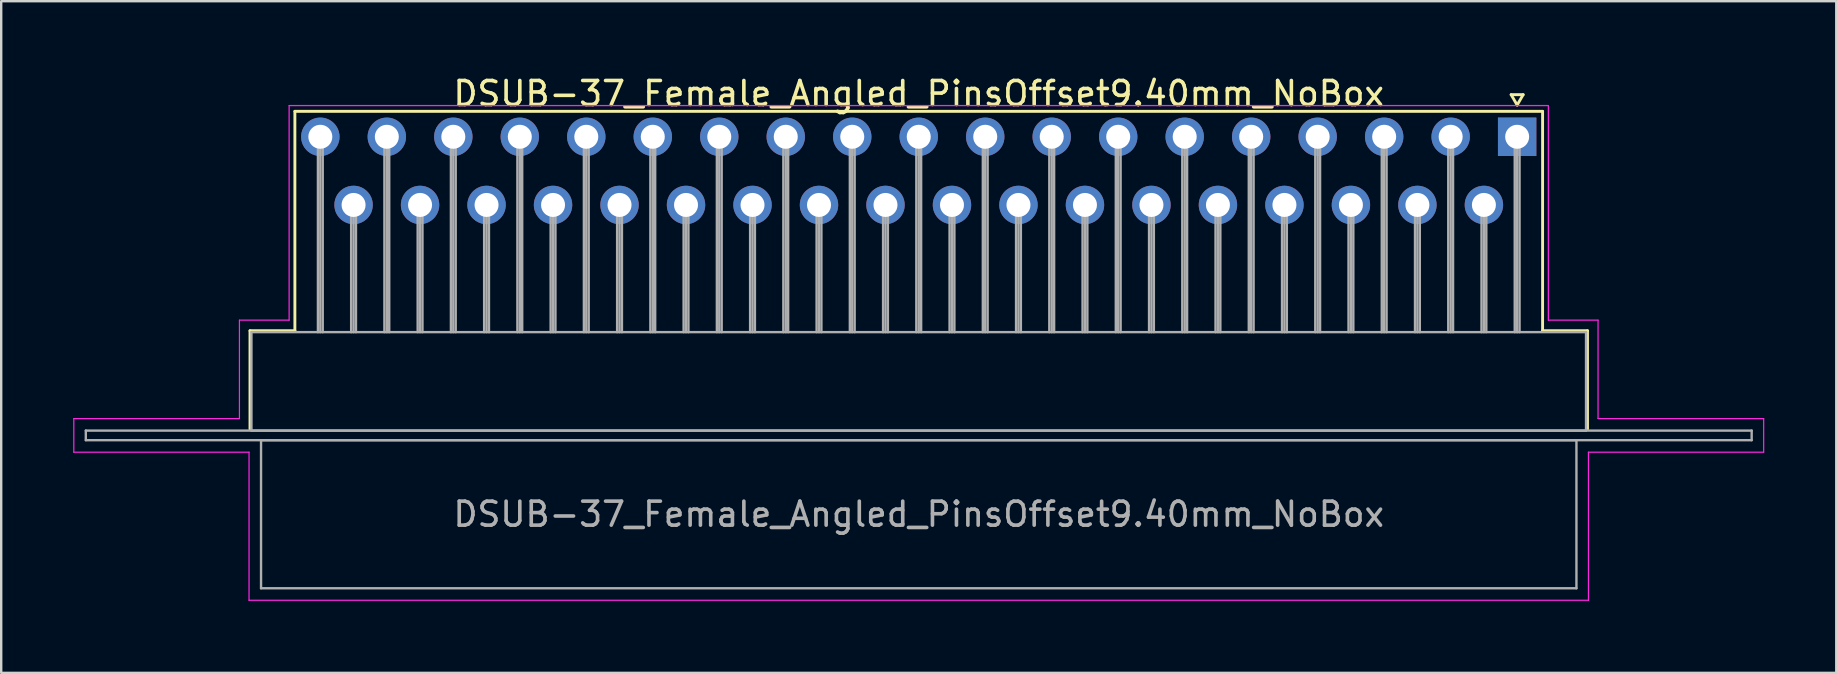
<source format=kicad_pcb>
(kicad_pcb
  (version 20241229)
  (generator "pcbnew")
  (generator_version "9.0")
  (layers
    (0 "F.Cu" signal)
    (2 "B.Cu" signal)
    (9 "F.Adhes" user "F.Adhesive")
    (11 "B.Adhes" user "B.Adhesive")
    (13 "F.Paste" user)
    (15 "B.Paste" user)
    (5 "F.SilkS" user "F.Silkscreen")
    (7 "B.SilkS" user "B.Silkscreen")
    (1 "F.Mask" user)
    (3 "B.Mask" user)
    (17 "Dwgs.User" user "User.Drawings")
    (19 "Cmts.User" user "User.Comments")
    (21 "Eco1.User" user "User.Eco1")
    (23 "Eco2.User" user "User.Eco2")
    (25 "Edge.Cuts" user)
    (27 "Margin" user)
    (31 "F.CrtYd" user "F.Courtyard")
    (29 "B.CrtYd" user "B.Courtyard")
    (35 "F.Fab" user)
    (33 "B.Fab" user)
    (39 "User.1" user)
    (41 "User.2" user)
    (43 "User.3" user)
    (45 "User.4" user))
  (footprint "DSUB-37_Female_Angled_PinsOffset9.40mm_NoBox"
    (layer "F.Cu")
    (at 60.155 2.648)
    (property "Reference" "DSUB-37_Female_Angled_PinsOffset9.40mm_NoBox" (at -24.93 -1.8 0) (layer "F.SilkS") (effects (font (size 1 1) (thickness 0.15))))
    (attr through_hole)
    (fp_line (start -52.79 8.08) (end -50.92 8.08) (stroke (width 0.12) (type solid)) (layer "F.SilkS"))
    (fp_line (start -52.79 12.18) (end -52.79 8.08) (stroke (width 0.12) (type solid)) (layer "F.SilkS"))
    (fp_line (start -50.92 -1.06) (end 1.06 -1.06) (stroke (width 0.12) (type solid)) (layer "F.SilkS"))
    (fp_line (start -50.92 8.08) (end -50.92 -1.06) (stroke (width 0.12) (type solid)) (layer "F.SilkS"))
    (fp_line (start -0.25 -1.754) (end 0.25 -1.754) (stroke (width 0.12) (type solid)) (layer "F.SilkS"))
    (fp_line (start 0 -1.321) (end -0.25 -1.754) (stroke (width 0.12) (type solid)) (layer "F.SilkS"))
    (fp_line (start 0.25 -1.754) (end 0 -1.321) (stroke (width 0.12) (type solid)) (layer "F.SilkS"))
    (fp_line (start 1.06 -1.06) (end 1.06 8.08) (stroke (width 0.12) (type solid)) (layer "F.SilkS"))
    (fp_line (start 1.06 8.08) (end 2.93 8.08) (stroke (width 0.12) (type solid)) (layer "F.SilkS"))
    (fp_line (start 2.93 8.08) (end 2.93 12.18) (stroke (width 0.12) (type solid)) (layer "F.SilkS"))
    (fp_line (start -60.13 11.74) (end -53.23 11.74) (stroke (width 0.05) (type solid)) (layer "F.CrtYd"))
    (fp_line (start -60.13 13.14) (end -60.13 11.74) (stroke (width 0.05) (type solid)) (layer "F.CrtYd"))
    (fp_line (start -53.23 7.64) (end -51.16 7.64) (stroke (width 0.05) (type solid)) (layer "F.CrtYd"))
    (fp_line (start -53.23 11.74) (end -53.23 7.64) (stroke (width 0.05) (type solid)) (layer "F.CrtYd"))
    (fp_line (start -52.83 13.14) (end -60.13 13.14) (stroke (width 0.05) (type solid)) (layer "F.CrtYd"))
    (fp_line (start -52.83 19.31) (end -52.83 13.14) (stroke (width 0.05) (type solid)) (layer "F.CrtYd"))
    (fp_line (start -51.16 -1.3) (end 1.3 -1.3) (stroke (width 0.05) (type solid)) (layer "F.CrtYd"))
    (fp_line (start -51.16 7.64) (end -51.16 -1.3) (stroke (width 0.05) (type solid)) (layer "F.CrtYd"))
    (fp_line (start 1.3 -1.3) (end 1.3 7.64) (stroke (width 0.05) (type solid)) (layer "F.CrtYd"))
    (fp_line (start 1.3 7.64) (end 3.37 7.64) (stroke (width 0.05) (type solid)) (layer "F.CrtYd"))
    (fp_line (start 2.97 13.14) (end 2.97 19.31) (stroke (width 0.05) (type solid)) (layer "F.CrtYd"))
    (fp_line (start 2.97 19.31) (end -52.83 19.31) (stroke (width 0.05) (type solid)) (layer "F.CrtYd"))
    (fp_line (start 3.37 7.64) (end 3.37 11.74) (stroke (width 0.05) (type solid)) (layer "F.CrtYd"))
    (fp_line (start 3.37 11.74) (end 10.27 11.74) (stroke (width 0.05) (type solid)) (layer "F.CrtYd"))
    (fp_line (start 10.27 11.74) (end 10.27 13.14) (stroke (width 0.05) (type solid)) (layer "F.CrtYd"))
    (fp_line (start 10.27 13.14) (end 2.97 13.14) (stroke (width 0.05) (type solid)) (layer "F.CrtYd"))
    (fp_line (start -59.63 12.24) (end -59.63 12.64) (stroke (width 0.1) (type solid)) (layer "F.Fab"))
    (fp_line (start -59.63 12.64) (end 9.77 12.64) (stroke (width 0.1) (type solid)) (layer "F.Fab"))
    (fp_line (start -52.73 8.14) (end -52.73 12.24) (stroke (width 0.1) (type solid)) (layer "F.Fab"))
    (fp_line (start -52.73 12.24) (end 2.87 12.24) (stroke (width 0.1) (type solid)) (layer "F.Fab"))
    (fp_line (start -52.33 12.64) (end -52.33 18.81) (stroke (width 0.1) (type solid)) (layer "F.Fab"))
    (fp_line (start -52.33 18.81) (end 2.47 18.81) (stroke (width 0.1) (type solid)) (layer "F.Fab"))
    (fp_line (start -49.96 0) (end -49.96 8.14) (stroke (width 0.1) (type solid)) (layer "F.Fab"))
    (fp_line (start -49.86 0) (end -49.86 8.14) (stroke (width 0.1) (type solid)) (layer "F.Fab"))
    (fp_line (start -49.76 0) (end -49.76 8.14) (stroke (width 0.1) (type solid)) (layer "F.Fab"))
    (fp_line (start -48.575 2.84) (end -48.575 8.14) (stroke (width 0.1) (type solid)) (layer "F.Fab"))
    (fp_line (start -48.475 2.84) (end -48.475 8.14) (stroke (width 0.1) (type solid)) (layer "F.Fab"))
    (fp_line (start -48.375 2.84) (end -48.375 8.14) (stroke (width 0.1) (type solid)) (layer "F.Fab"))
    (fp_line (start -47.19 0) (end -47.19 8.14) (stroke (width 0.1) (type solid)) (layer "F.Fab"))
    (fp_line (start -47.09 0) (end -47.09 8.14) (stroke (width 0.1) (type solid)) (layer "F.Fab"))
    (fp_line (start -46.99 0) (end -46.99 8.14) (stroke (width 0.1) (type solid)) (layer "F.Fab"))
    (fp_line (start -45.805 2.84) (end -45.805 8.14) (stroke (width 0.1) (type solid)) (layer "F.Fab"))
    (fp_line (start -45.705 2.84) (end -45.705 8.14) (stroke (width 0.1) (type solid)) (layer "F.Fab"))
    (fp_line (start -45.605 2.84) (end -45.605 8.14) (stroke (width 0.1) (type solid)) (layer "F.Fab"))
    (fp_line (start -44.42 0) (end -44.42 8.14) (stroke (width 0.1) (type solid)) (layer "F.Fab"))
    (fp_line (start -44.32 0) (end -44.32 8.14) (stroke (width 0.1) (type solid)) (layer "F.Fab"))
    (fp_line (start -44.22 0) (end -44.22 8.14) (stroke (width 0.1) (type solid)) (layer "F.Fab"))
    (fp_line (start -43.035 2.84) (end -43.035 8.14) (stroke (width 0.1) (type solid)) (layer "F.Fab"))
    (fp_line (start -42.935 2.84) (end -42.935 8.14) (stroke (width 0.1) (type solid)) (layer "F.Fab"))
    (fp_line (start -42.835 2.84) (end -42.835 8.14) (stroke (width 0.1) (type solid)) (layer "F.Fab"))
    (fp_line (start -41.65 0) (end -41.65 8.14) (stroke (width 0.1) (type solid)) (layer "F.Fab"))
    (fp_line (start -41.55 0) (end -41.55 8.14) (stroke (width 0.1) (type solid)) (layer "F.Fab"))
    (fp_line (start -41.45 0) (end -41.45 8.14) (stroke (width 0.1) (type solid)) (layer "F.Fab"))
    (fp_line (start -40.265 2.84) (end -40.265 8.14) (stroke (width 0.1) (type solid)) (layer "F.Fab"))
    (fp_line (start -40.165 2.84) (end -40.165 8.14) (stroke (width 0.1) (type solid)) (layer "F.Fab"))
    (fp_line (start -40.065 2.84) (end -40.065 8.14) (stroke (width 0.1) (type solid)) (layer "F.Fab"))
    (fp_line (start -38.88 0) (end -38.88 8.14) (stroke (width 0.1) (type solid)) (layer "F.Fab"))
    (fp_line (start -38.78 0) (end -38.78 8.14) (stroke (width 0.1) (type solid)) (layer "F.Fab"))
    (fp_line (start -38.68 0) (end -38.68 8.14) (stroke (width 0.1) (type solid)) (layer "F.Fab"))
    (fp_line (start -37.495 2.84) (end -37.495 8.14) (stroke (width 0.1) (type solid)) (layer "F.Fab"))
    (fp_line (start -37.395 2.84) (end -37.395 8.14) (stroke (width 0.1) (type solid)) (layer "F.Fab"))
    (fp_line (start -37.295 2.84) (end -37.295 8.14) (stroke (width 0.1) (type solid)) (layer "F.Fab"))
    (fp_line (start -36.11 0) (end -36.11 8.14) (stroke (width 0.1) (type solid)) (layer "F.Fab"))
    (fp_line (start -36.01 0) (end -36.01 8.14) (stroke (width 0.1) (type solid)) (layer "F.Fab"))
    (fp_line (start -35.91 0) (end -35.91 8.14) (stroke (width 0.1) (type solid)) (layer "F.Fab"))
    (fp_line (start -34.725 2.84) (end -34.725 8.14) (stroke (width 0.1) (type solid)) (layer "F.Fab"))
    (fp_line (start -34.625 2.84) (end -34.625 8.14) (stroke (width 0.1) (type solid)) (layer "F.Fab"))
    (fp_line (start -34.525 2.84) (end -34.525 8.14) (stroke (width 0.1) (type solid)) (layer "F.Fab"))
    (fp_line (start -33.34 0) (end -33.34 8.14) (stroke (width 0.1) (type solid)) (layer "F.Fab"))
    (fp_line (start -33.24 0) (end -33.24 8.14) (stroke (width 0.1) (type solid)) (layer "F.Fab"))
    (fp_line (start -33.14 0) (end -33.14 8.14) (stroke (width 0.1) (type solid)) (layer "F.Fab"))
    (fp_line (start -31.955 2.84) (end -31.955 8.14) (stroke (width 0.1) (type solid)) (layer "F.Fab"))
    (fp_line (start -31.855 2.84) (end -31.855 8.14) (stroke (width 0.1) (type solid)) (layer "F.Fab"))
    (fp_line (start -31.755 2.84) (end -31.755 8.14) (stroke (width 0.1) (type solid)) (layer "F.Fab"))
    (fp_line (start -30.57 0) (end -30.57 8.14) (stroke (width 0.1) (type solid)) (layer "F.Fab"))
    (fp_line (start -30.47 0) (end -30.47 8.14) (stroke (width 0.1) (type solid)) (layer "F.Fab"))
    (fp_line (start -30.37 0) (end -30.37 8.14) (stroke (width 0.1) (type solid)) (layer "F.Fab"))
    (fp_line (start -29.185 2.84) (end -29.185 8.14) (stroke (width 0.1) (type solid)) (layer "F.Fab"))
    (fp_line (start -29.085 2.84) (end -29.085 8.14) (stroke (width 0.1) (type solid)) (layer "F.Fab"))
    (fp_line (start -28.985 2.84) (end -28.985 8.14) (stroke (width 0.1) (type solid)) (layer "F.Fab"))
    (fp_line (start -27.8 0) (end -27.8 8.14) (stroke (width 0.1) (type solid)) (layer "F.Fab"))
    (fp_line (start -27.7 0) (end -27.7 8.14) (stroke (width 0.1) (type solid)) (layer "F.Fab"))
    (fp_line (start -27.6 0) (end -27.6 8.14) (stroke (width 0.1) (type solid)) (layer "F.Fab"))
    (fp_line (start -26.415 2.84) (end -26.415 8.14) (stroke (width 0.1) (type solid)) (layer "F.Fab"))
    (fp_line (start -26.315 2.84) (end -26.315 8.14) (stroke (width 0.1) (type solid)) (layer "F.Fab"))
    (fp_line (start -26.215 2.84) (end -26.215 8.14) (stroke (width 0.1) (type solid)) (layer "F.Fab"))
    (fp_line (start -25.03 0) (end -25.03 8.14) (stroke (width 0.1) (type solid)) (layer "F.Fab"))
    (fp_line (start -24.93 0) (end -24.93 8.14) (stroke (width 0.1) (type solid)) (layer "F.Fab"))
    (fp_line (start -24.83 0) (end -24.83 8.14) (stroke (width 0.1) (type solid)) (layer "F.Fab"))
    (fp_line (start -23.645 2.84) (end -23.645 8.14) (stroke (width 0.1) (type solid)) (layer "F.Fab"))
    (fp_line (start -23.545 2.84) (end -23.545 8.14) (stroke (width 0.1) (type solid)) (layer "F.Fab"))
    (fp_line (start -23.445 2.84) (end -23.445 8.14) (stroke (width 0.1) (type solid)) (layer "F.Fab"))
    (fp_line (start -22.26 0) (end -22.26 8.14) (stroke (width 0.1) (type solid)) (layer "F.Fab"))
    (fp_line (start -22.16 0) (end -22.16 8.14) (stroke (width 0.1) (type solid)) (layer "F.Fab"))
    (fp_line (start -22.06 0) (end -22.06 8.14) (stroke (width 0.1) (type solid)) (layer "F.Fab"))
    (fp_line (start -20.875 2.84) (end -20.875 8.14) (stroke (width 0.1) (type solid)) (layer "F.Fab"))
    (fp_line (start -20.775 2.84) (end -20.775 8.14) (stroke (width 0.1) (type solid)) (layer "F.Fab"))
    (fp_line (start -20.675 2.84) (end -20.675 8.14) (stroke (width 0.1) (type solid)) (layer "F.Fab"))
    (fp_line (start -19.49 0) (end -19.49 8.14) (stroke (width 0.1) (type solid)) (layer "F.Fab"))
    (fp_line (start -19.39 0) (end -19.39 8.14) (stroke (width 0.1) (type solid)) (layer "F.Fab"))
    (fp_line (start -19.29 0) (end -19.29 8.14) (stroke (width 0.1) (type solid)) (layer "F.Fab"))
    (fp_line (start -18.105 2.84) (end -18.105 8.14) (stroke (width 0.1) (type solid)) (layer "F.Fab"))
    (fp_line (start -18.005 2.84) (end -18.005 8.14) (stroke (width 0.1) (type solid)) (layer "F.Fab"))
    (fp_line (start -17.905 2.84) (end -17.905 8.14) (stroke (width 0.1) (type solid)) (layer "F.Fab"))
    (fp_line (start -16.72 0) (end -16.72 8.14) (stroke (width 0.1) (type solid)) (layer "F.Fab"))
    (fp_line (start -16.62 0) (end -16.62 8.14) (stroke (width 0.1) (type solid)) (layer "F.Fab"))
    (fp_line (start -16.52 0) (end -16.52 8.14) (stroke (width 0.1) (type solid)) (layer "F.Fab"))
    (fp_line (start -15.335 2.84) (end -15.335 8.14) (stroke (width 0.1) (type solid)) (layer "F.Fab"))
    (fp_line (start -15.235 2.84) (end -15.235 8.14) (stroke (width 0.1) (type solid)) (layer "F.Fab"))
    (fp_line (start -15.135 2.84) (end -15.135 8.14) (stroke (width 0.1) (type solid)) (layer "F.Fab"))
    (fp_line (start -13.95 0) (end -13.95 8.14) (stroke (width 0.1) (type solid)) (layer "F.Fab"))
    (fp_line (start -13.85 0) (end -13.85 8.14) (stroke (width 0.1) (type solid)) (layer "F.Fab"))
    (fp_line (start -13.75 0) (end -13.75 8.14) (stroke (width 0.1) (type solid)) (layer "F.Fab"))
    (fp_line (start -12.565 2.84) (end -12.565 8.14) (stroke (width 0.1) (type solid)) (layer "F.Fab"))
    (fp_line (start -12.465 2.84) (end -12.465 8.14) (stroke (width 0.1) (type solid)) (layer "F.Fab"))
    (fp_line (start -12.365 2.84) (end -12.365 8.14) (stroke (width 0.1) (type solid)) (layer "F.Fab"))
    (fp_line (start -11.18 0) (end -11.18 8.14) (stroke (width 0.1) (type solid)) (layer "F.Fab"))
    (fp_line (start -11.08 0) (end -11.08 8.14) (stroke (width 0.1) (type solid)) (layer "F.Fab"))
    (fp_line (start -10.98 0) (end -10.98 8.14) (stroke (width 0.1) (type solid)) (layer "F.Fab"))
    (fp_line (start -9.795 2.84) (end -9.795 8.14) (stroke (width 0.1) (type solid)) (layer "F.Fab"))
    (fp_line (start -9.695 2.84) (end -9.695 8.14) (stroke (width 0.1) (type solid)) (layer "F.Fab"))
    (fp_line (start -9.595 2.84) (end -9.595 8.14) (stroke (width 0.1) (type solid)) (layer "F.Fab"))
    (fp_line (start -8.41 0) (end -8.41 8.14) (stroke (width 0.1) (type solid)) (layer "F.Fab"))
    (fp_line (start -8.31 0) (end -8.31 8.14) (stroke (width 0.1) (type solid)) (layer "F.Fab"))
    (fp_line (start -8.21 0) (end -8.21 8.14) (stroke (width 0.1) (type solid)) (layer "F.Fab"))
    (fp_line (start -7.025 2.84) (end -7.025 8.14) (stroke (width 0.1) (type solid)) (layer "F.Fab"))
    (fp_line (start -6.925 2.84) (end -6.925 8.14) (stroke (width 0.1) (type solid)) (layer "F.Fab"))
    (fp_line (start -6.825 2.84) (end -6.825 8.14) (stroke (width 0.1) (type solid)) (layer "F.Fab"))
    (fp_line (start -5.64 0) (end -5.64 8.14) (stroke (width 0.1) (type solid)) (layer "F.Fab"))
    (fp_line (start -5.54 0) (end -5.54 8.14) (stroke (width 0.1) (type solid)) (layer "F.Fab"))
    (fp_line (start -5.44 0) (end -5.44 8.14) (stroke (width 0.1) (type solid)) (layer "F.Fab"))
    (fp_line (start -4.255 2.84) (end -4.255 8.14) (stroke (width 0.1) (type solid)) (layer "F.Fab"))
    (fp_line (start -4.155 2.84) (end -4.155 8.14) (stroke (width 0.1) (type solid)) (layer "F.Fab"))
    (fp_line (start -4.055 2.84) (end -4.055 8.14) (stroke (width 0.1) (type solid)) (layer "F.Fab"))
    (fp_line (start -2.87 0) (end -2.87 8.14) (stroke (width 0.1) (type solid)) (layer "F.Fab"))
    (fp_line (start -2.77 0) (end -2.77 8.14) (stroke (width 0.1) (type solid)) (layer "F.Fab"))
    (fp_line (start -2.67 0) (end -2.67 8.14) (stroke (width 0.1) (type solid)) (layer "F.Fab"))
    (fp_line (start -1.485 2.84) (end -1.485 8.14) (stroke (width 0.1) (type solid)) (layer "F.Fab"))
    (fp_line (start -1.385 2.84) (end -1.385 8.14) (stroke (width 0.1) (type solid)) (layer "F.Fab"))
    (fp_line (start -1.285 2.84) (end -1.285 8.14) (stroke (width 0.1) (type solid)) (layer "F.Fab"))
    (fp_line (start -0.1 0) (end -0.1 8.14) (stroke (width 0.1) (type solid)) (layer "F.Fab"))
    (fp_line (start 0 0) (end 0 8.14) (stroke (width 0.1) (type solid)) (layer "F.Fab"))
    (fp_line (start 0.1 0) (end 0.1 8.14) (stroke (width 0.1) (type solid)) (layer "F.Fab"))
    (fp_line (start 2.47 12.64) (end -52.33 12.64) (stroke (width 0.1) (type solid)) (layer "F.Fab"))
    (fp_line (start 2.47 18.81) (end 2.47 12.64) (stroke (width 0.1) (type solid)) (layer "F.Fab"))
    (fp_line (start 2.87 8.14) (end -52.73 8.14) (stroke (width 0.1) (type solid)) (layer "F.Fab"))
    (fp_line (start 2.87 12.24) (end 2.87 8.14) (stroke (width 0.1) (type solid)) (layer "F.Fab"))
    (fp_line (start 9.77 12.24) (end -59.63 12.24) (stroke (width 0.1) (type solid)) (layer "F.Fab"))
    (fp_line (start 9.77 12.64) (end 9.77 12.24) (stroke (width 0.1) (type solid)) (layer "F.Fab"))
    (fp_text user "${REFERENCE}" (at -24.93 15.725 0) (layer "F.Fab") (effects (font (size 1 1) (thickness 0.15))))
    (pad "1" thru_hole rect (at 0 0) (size 1.6 1.6) (drill 1) (layers "*.Cu" "*.Mask"))
    (pad "2" thru_hole circle (at -2.77 0) (size 1.6 1.6) (drill 1) (layers "*.Cu" "*.Mask"))
    (pad "3" thru_hole circle (at -5.54 0) (size 1.6 1.6) (drill 1) (layers "*.Cu" "*.Mask"))
    (pad "4" thru_hole circle (at -8.31 0) (size 1.6 1.6) (drill 1) (layers "*.Cu" "*.Mask"))
    (pad "5" thru_hole circle (at -11.08 0) (size 1.6 1.6) (drill 1) (layers "*.Cu" "*.Mask"))
    (pad "6" thru_hole circle (at -13.85 0) (size 1.6 1.6) (drill 1) (layers "*.Cu" "*.Mask"))
    (pad "7" thru_hole circle (at -16.62 0) (size 1.6 1.6) (drill 1) (layers "*.Cu" "*.Mask"))
    (pad "8" thru_hole circle (at -19.39 0) (size 1.6 1.6) (drill 1) (layers "*.Cu" "*.Mask"))
    (pad "9" thru_hole circle (at -22.16 0) (size 1.6 1.6) (drill 1) (layers "*.Cu" "*.Mask"))
    (pad "10" thru_hole circle (at -24.93 0) (size 1.6 1.6) (drill 1) (layers "*.Cu" "*.Mask"))
    (pad "11" thru_hole circle (at -27.7 0) (size 1.6 1.6) (drill 1) (layers "*.Cu" "*.Mask"))
    (pad "12" thru_hole circle (at -30.47 0) (size 1.6 1.6) (drill 1) (layers "*.Cu" "*.Mask"))
    (pad "13" thru_hole circle (at -33.24 0) (size 1.6 1.6) (drill 1) (layers "*.Cu" "*.Mask"))
    (pad "14" thru_hole circle (at -36.01 0) (size 1.6 1.6) (drill 1) (layers "*.Cu" "*.Mask"))
    (pad "15" thru_hole circle (at -38.78 0) (size 1.6 1.6) (drill 1) (layers "*.Cu" "*.Mask"))
    (pad "16" thru_hole circle (at -41.55 0) (size 1.6 1.6) (drill 1) (layers "*.Cu" "*.Mask"))
    (pad "17" thru_hole circle (at -44.32 0) (size 1.6 1.6) (drill 1) (layers "*.Cu" "*.Mask"))
    (pad "18" thru_hole circle (at -47.09 0) (size 1.6 1.6) (drill 1) (layers "*.Cu" "*.Mask"))
    (pad "19" thru_hole circle (at -49.86 0) (size 1.6 1.6) (drill 1) (layers "*.Cu" "*.Mask"))
    (pad "20" thru_hole circle (at -1.385 2.84) (size 1.6 1.6) (drill 1) (layers "*.Cu" "*.Mask"))
    (pad "21" thru_hole circle (at -4.155 2.84) (size 1.6 1.6) (drill 1) (layers "*.Cu" "*.Mask"))
    (pad "22" thru_hole circle (at -6.925 2.84) (size 1.6 1.6) (drill 1) (layers "*.Cu" "*.Mask"))
    (pad "23" thru_hole circle (at -9.695 2.84) (size 1.6 1.6) (drill 1) (layers "*.Cu" "*.Mask"))
    (pad "24" thru_hole circle (at -12.465 2.84) (size 1.6 1.6) (drill 1) (layers "*.Cu" "*.Mask"))
    (pad "25" thru_hole circle (at -15.235 2.84) (size 1.6 1.6) (drill 1) (layers "*.Cu" "*.Mask"))
    (pad "26" thru_hole circle (at -18.005 2.84) (size 1.6 1.6) (drill 1) (layers "*.Cu" "*.Mask"))
    (pad "27" thru_hole circle (at -20.775 2.84) (size 1.6 1.6) (drill 1) (layers "*.Cu" "*.Mask"))
    (pad "28" thru_hole circle (at -23.545 2.84) (size 1.6 1.6) (drill 1) (layers "*.Cu" "*.Mask"))
    (pad "29" thru_hole circle (at -26.315 2.84) (size 1.6 1.6) (drill 1) (layers "*.Cu" "*.Mask"))
    (pad "30" thru_hole circle (at -29.085 2.84) (size 1.6 1.6) (drill 1) (layers "*.Cu" "*.Mask"))
    (pad "31" thru_hole circle (at -31.855 2.84) (size 1.6 1.6) (drill 1) (layers "*.Cu" "*.Mask"))
    (pad "32" thru_hole circle (at -34.625 2.84) (size 1.6 1.6) (drill 1) (layers "*.Cu" "*.Mask"))
    (pad "33" thru_hole circle (at -37.395 2.84) (size 1.6 1.6) (drill 1) (layers "*.Cu" "*.Mask"))
    (pad "34" thru_hole circle (at -40.165 2.84) (size 1.6 1.6) (drill 1) (layers "*.Cu" "*.Mask"))
    (pad "35" thru_hole circle (at -42.935 2.84) (size 1.6 1.6) (drill 1) (layers "*.Cu" "*.Mask"))
    (pad "36" thru_hole circle (at -45.705 2.84) (size 1.6 1.6) (drill 1) (layers "*.Cu" "*.Mask"))
    (pad "37" thru_hole circle (at -48.475 2.84) (size 1.6 1.6) (drill 1) (layers "*.Cu" "*.Mask")))
  (gr_rect
    (start -3 -3)
    (end 73.45 24.983)
    (stroke (width 0.1) (type default))
    (fill no)
    (layer "Edge.Cuts")))
</source>
